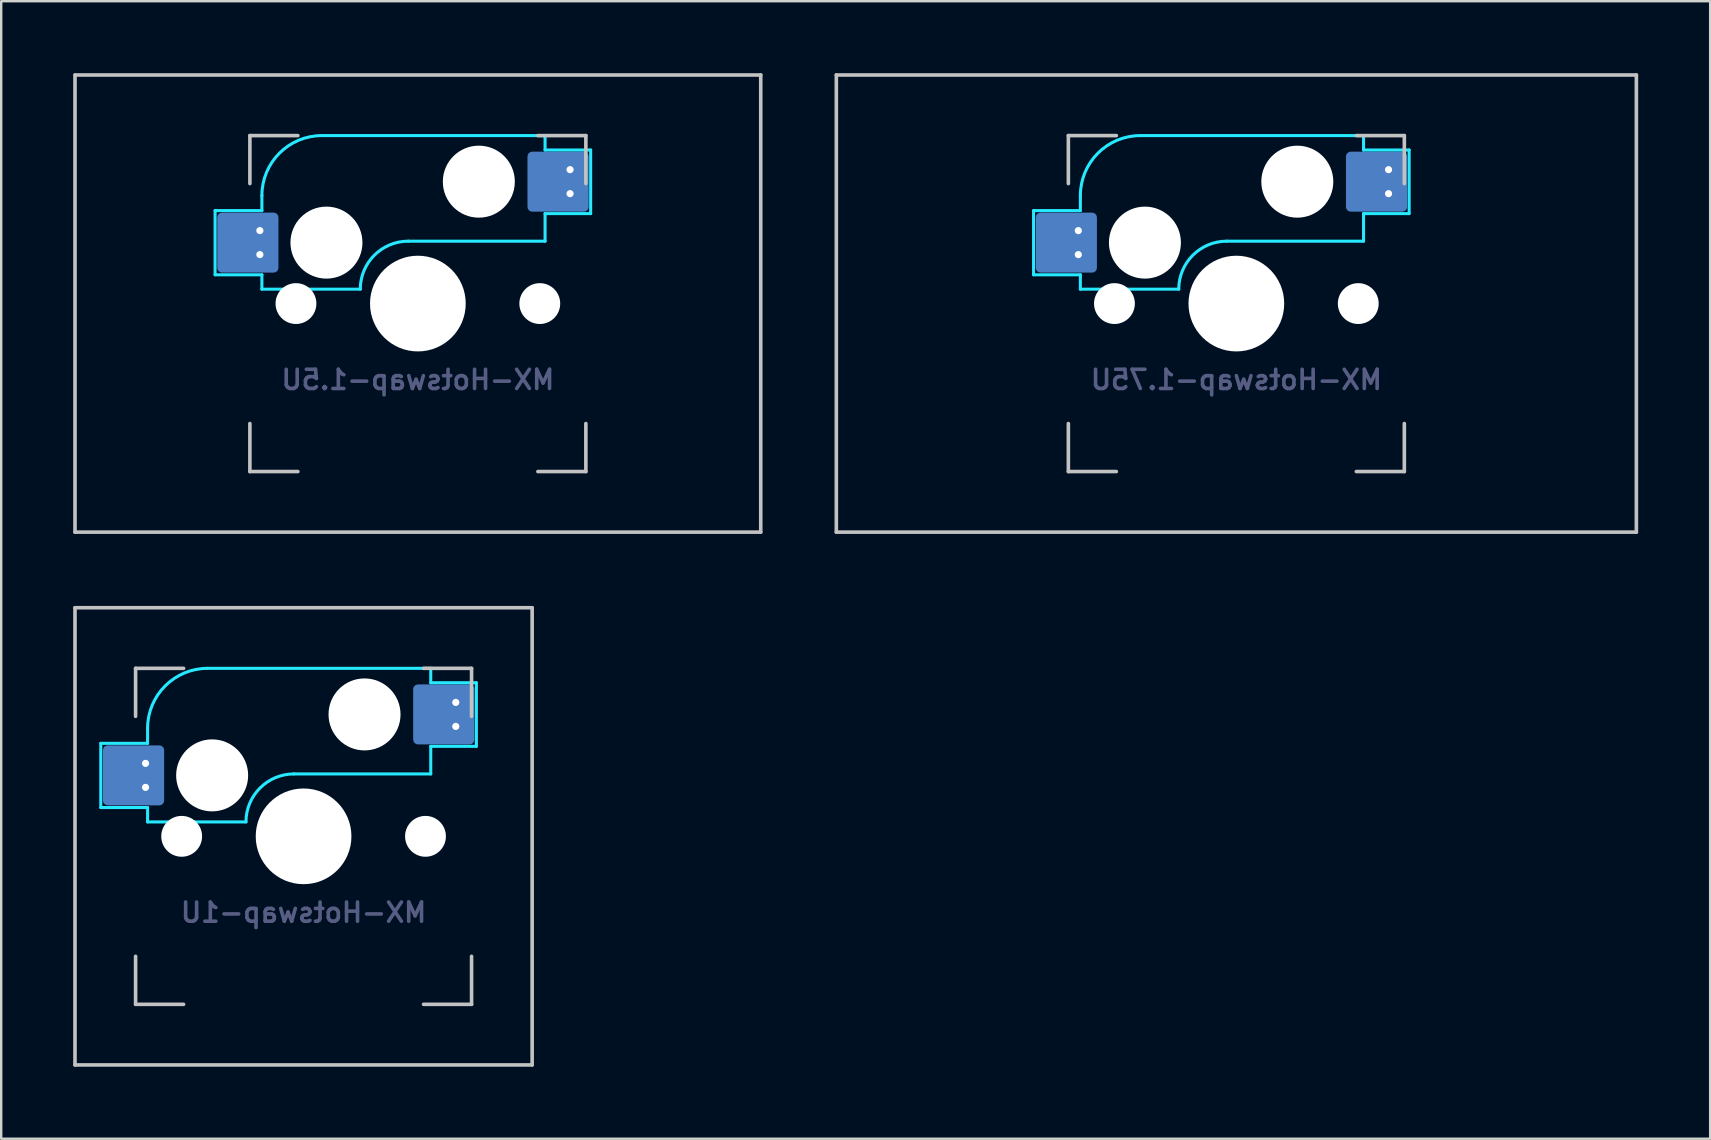
<source format=kicad_pcb>
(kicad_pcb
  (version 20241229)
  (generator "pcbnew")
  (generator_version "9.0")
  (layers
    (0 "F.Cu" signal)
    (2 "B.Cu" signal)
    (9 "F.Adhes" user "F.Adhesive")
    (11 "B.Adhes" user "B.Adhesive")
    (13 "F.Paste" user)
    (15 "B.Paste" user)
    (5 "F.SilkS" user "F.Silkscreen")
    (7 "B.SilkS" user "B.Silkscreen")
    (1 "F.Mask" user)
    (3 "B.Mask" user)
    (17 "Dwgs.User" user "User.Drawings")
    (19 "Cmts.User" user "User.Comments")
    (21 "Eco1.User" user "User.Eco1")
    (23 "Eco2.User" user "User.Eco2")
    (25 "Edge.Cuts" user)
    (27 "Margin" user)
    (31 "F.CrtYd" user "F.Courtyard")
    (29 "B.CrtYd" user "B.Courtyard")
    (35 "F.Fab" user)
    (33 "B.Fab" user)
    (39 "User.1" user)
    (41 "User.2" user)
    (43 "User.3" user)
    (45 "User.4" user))
  (footprint "MX-Hotswap-1U"
    (layer "F.Cu")
    (at 9.6 31.8)
    (property "Reference" "MX-Hotswap-1U" (at 0 3.175 0) (layer "B.Fab") (effects (font (size 0.8 0.8) (thickness 0.15)) (justify mirror)))
    (attr smd)
    (fp_line (start -9.525 9.525) (end -9.525 -9.525) (stroke (width 0.15) (type solid)) (layer "Dwgs.User"))
    (fp_line (start -7 -7) (end -7 -5) (stroke (width 0.15) (type solid)) (layer "Dwgs.User"))
    (fp_line (start -7 5) (end -7 7) (stroke (width 0.15) (type solid)) (layer "Dwgs.User"))
    (fp_line (start -7 7) (end -5 7) (stroke (width 0.15) (type solid)) (layer "Dwgs.User"))
    (fp_line (start -5 -7) (end -7 -7) (stroke (width 0.15) (type solid)) (layer "Dwgs.User"))
    (fp_line (start 5 -7) (end 7 -7) (stroke (width 0.15) (type solid)) (layer "Dwgs.User"))
    (fp_line (start 5 7) (end 7 7) (stroke (width 0.15) (type solid)) (layer "Dwgs.User"))
    (fp_line (start 7 -7) (end 7 -5) (stroke (width 0.15) (type solid)) (layer "Dwgs.User"))
    (fp_line (start 7 7) (end 7 5) (stroke (width 0.15) (type solid)) (layer "Dwgs.User"))
    (fp_line (start 9.525 -9.525) (end -9.525 -9.525) (stroke (width 0.15) (type solid)) (layer "Dwgs.User"))
    (fp_line (start 9.525 9.525) (end -9.525 9.525) (stroke (width 0.15) (type solid)) (layer "Dwgs.User"))
    (fp_line (start 9.525 9.525) (end 9.525 -9.525) (stroke (width 0.15) (type solid)) (layer "Dwgs.User"))
    (fp_line (start -8.45 -3.875) (end -8.45 -1.2) (stroke (width 0.127) (type solid)) (layer "B.CrtYd"))
    (fp_line (start -8.45 -1.2) (end -6.5 -1.2) (stroke (width 0.127) (type solid)) (layer "B.CrtYd"))
    (fp_line (start -6.5 -4.5) (end -6.5 -3.875) (stroke (width 0.127) (type solid)) (layer "B.CrtYd"))
    (fp_line (start -6.5 -3.875) (end -8.45 -3.875) (stroke (width 0.127) (type solid)) (layer "B.CrtYd"))
    (fp_line (start -6.5 -0.6) (end -6.5 -1.2) (stroke (width 0.127) (type solid)) (layer "B.CrtYd"))
    (fp_line (start -6.5 -0.6) (end -2.4 -0.6) (stroke (width 0.127) (type solid)) (layer "B.CrtYd"))
    (fp_line (start -0.4 -2.6) (end 5.3 -2.6) (stroke (width 0.127) (type solid)) (layer "B.CrtYd"))
    (fp_line (start 5.3 -7) (end -4 -7) (stroke (width 0.127) (type solid)) (layer "B.CrtYd"))
    (fp_line (start 5.3 -7) (end 5.3 -6.4) (stroke (width 0.127) (type solid)) (layer "B.CrtYd"))
    (fp_line (start 5.3 -6.4) (end 7.2 -6.4) (stroke (width 0.127) (type solid)) (layer "B.CrtYd"))
    (fp_line (start 5.3 -2.6) (end 5.3 -3.75) (stroke (width 0.127) (type solid)) (layer "B.CrtYd"))
    (fp_line (start 7.2 -6.4) (end 7.2 -3.75) (stroke (width 0.127) (type solid)) (layer "B.CrtYd"))
    (fp_line (start 7.2 -3.75) (end 5.3 -3.75) (stroke (width 0.127) (type solid)) (layer "B.CrtYd"))
    (fp_arc (start -6.5 -4.5) (mid -5.767767 -6.267767) (end -4 -7) (stroke (width 0.127) (type solid)) (layer "B.CrtYd"))
    (fp_arc (start -2.4 -0.6) (mid -1.814214 -2.014214) (end -0.4 -2.6) (stroke (width 0.127) (type solid)) (layer "B.CrtYd"))
    (pad "" np_thru_hole circle (at -5.08 0 48.099) (size 1.702 1.702) (drill 1.702) (layers "*.Cu" "*.Mask"))
    (pad "" np_thru_hole circle (at -3.81 -2.54) (size 3 3) (drill 3) (layers "*.Cu" "*.Mask"))
    (pad "" np_thru_hole circle (at 0 0) (size 3.988 3.988) (drill 3.988) (layers "*.Cu" "*.Mask"))
    (pad "" np_thru_hole circle (at 2.54 -5.08) (size 3 3) (drill 3) (layers "*.Cu" "*.Mask"))
    (pad "" np_thru_hole circle (at 5.08 0 48.099) (size 1.702 1.702) (drill 1.702) (layers "*.Cu" "*.Mask"))
    (pad "1" smd roundrect (at -7.085 -2.54) (size 2.55 2.5) (layers "B.Cu" "B.Mask" "B.Paste") (roundrect_rratio 0.08))
    (pad "1" thru_hole circle (at -6.585 -3.04) (size 0.6 0.6) (drill 0.3) (layers "*.Cu" "*.Mask"))
    (pad "1" thru_hole circle (at -6.585 -2.04) (size 0.6 0.6) (drill 0.3) (layers "*.Cu" "*.Mask"))
    (pad "2" smd roundrect (at 5.842 -5.08) (size 2.55 2.5) (layers "B.Cu" "B.Mask" "B.Paste") (roundrect_rratio 0.08))
    (pad "2" thru_hole circle (at 6.342 -5.58) (size 0.6 0.6) (drill 0.3) (layers "*.Cu" "*.Mask"))
    (pad "2" thru_hole circle (at 6.342 -4.58) (size 0.6 0.6) (drill 0.3) (layers "*.Cu" "*.Mask")))
  (footprint "MX-Hotswap-1.75U"
    (layer "F.Cu")
    (at 48.469 9.6)
    (property "Reference" "MX-Hotswap-1.75U" (at 0 3.175 0) (layer "B.Fab") (effects (font (size 0.8 0.8) (thickness 0.15)) (justify mirror)))
    (attr smd)
    (fp_line (start -16.669 9.525) (end -16.669 -9.525) (stroke (width 0.15) (type solid)) (layer "Dwgs.User"))
    (fp_line (start -7 -7) (end -7 -5) (stroke (width 0.15) (type solid)) (layer "Dwgs.User"))
    (fp_line (start -7 5) (end -7 7) (stroke (width 0.15) (type solid)) (layer "Dwgs.User"))
    (fp_line (start -7 7) (end -5 7) (stroke (width 0.15) (type solid)) (layer "Dwgs.User"))
    (fp_line (start -5 -7) (end -7 -7) (stroke (width 0.15) (type solid)) (layer "Dwgs.User"))
    (fp_line (start 5 -7) (end 7 -7) (stroke (width 0.15) (type solid)) (layer "Dwgs.User"))
    (fp_line (start 5 7) (end 7 7) (stroke (width 0.15) (type solid)) (layer "Dwgs.User"))
    (fp_line (start 7 -7) (end 7 -5) (stroke (width 0.15) (type solid)) (layer "Dwgs.User"))
    (fp_line (start 7 7) (end 7 5) (stroke (width 0.15) (type solid)) (layer "Dwgs.User"))
    (fp_line (start 16.669 -9.525) (end -16.669 -9.525) (stroke (width 0.15) (type solid)) (layer "Dwgs.User"))
    (fp_line (start 16.669 9.525) (end -16.669 9.525) (stroke (width 0.15) (type solid)) (layer "Dwgs.User"))
    (fp_line (start 16.669 9.525) (end 16.669 -9.525) (stroke (width 0.15) (type solid)) (layer "Dwgs.User"))
    (fp_line (start -8.45 -3.875) (end -8.45 -1.2) (stroke (width 0.127) (type solid)) (layer "B.CrtYd"))
    (fp_line (start -8.45 -1.2) (end -6.5 -1.2) (stroke (width 0.127) (type solid)) (layer "B.CrtYd"))
    (fp_line (start -6.5 -4.5) (end -6.5 -3.875) (stroke (width 0.127) (type solid)) (layer "B.CrtYd"))
    (fp_line (start -6.5 -3.875) (end -8.45 -3.875) (stroke (width 0.127) (type solid)) (layer "B.CrtYd"))
    (fp_line (start -6.5 -0.6) (end -6.5 -1.2) (stroke (width 0.127) (type solid)) (layer "B.CrtYd"))
    (fp_line (start -6.5 -0.6) (end -2.4 -0.6) (stroke (width 0.127) (type solid)) (layer "B.CrtYd"))
    (fp_line (start -0.4 -2.6) (end 5.3 -2.6) (stroke (width 0.127) (type solid)) (layer "B.CrtYd"))
    (fp_line (start 5.3 -7) (end -4 -7) (stroke (width 0.127) (type solid)) (layer "B.CrtYd"))
    (fp_line (start 5.3 -7) (end 5.3 -6.4) (stroke (width 0.127) (type solid)) (layer "B.CrtYd"))
    (fp_line (start 5.3 -6.4) (end 7.2 -6.4) (stroke (width 0.127) (type solid)) (layer "B.CrtYd"))
    (fp_line (start 5.3 -2.6) (end 5.3 -3.75) (stroke (width 0.127) (type solid)) (layer "B.CrtYd"))
    (fp_line (start 7.2 -6.4) (end 7.2 -3.75) (stroke (width 0.127) (type solid)) (layer "B.CrtYd"))
    (fp_line (start 7.2 -3.75) (end 5.3 -3.75) (stroke (width 0.127) (type solid)) (layer "B.CrtYd"))
    (fp_arc (start -6.5 -4.5) (mid -5.767767 -6.267767) (end -4 -7) (stroke (width 0.127) (type solid)) (layer "B.CrtYd"))
    (fp_arc (start -2.4 -0.6) (mid -1.814214 -2.014214) (end -0.4 -2.6) (stroke (width 0.127) (type solid)) (layer "B.CrtYd"))
    (pad "" np_thru_hole circle (at -5.08 0 48.099) (size 1.702 1.702) (drill 1.702) (layers "*.Cu" "*.Mask"))
    (pad "" np_thru_hole circle (at -3.81 -2.54) (size 3 3) (drill 3) (layers "*.Cu" "*.Mask"))
    (pad "" np_thru_hole circle (at 0 0) (size 3.988 3.988) (drill 3.988) (layers "*.Cu" "*.Mask"))
    (pad "" np_thru_hole circle (at 2.54 -5.08) (size 3 3) (drill 3) (layers "*.Cu" "*.Mask"))
    (pad "" np_thru_hole circle (at 5.08 0 48.099) (size 1.702 1.702) (drill 1.702) (layers "*.Cu" "*.Mask"))
    (pad "1" smd roundrect (at -7.085 -2.54) (size 2.55 2.5) (layers "B.Cu" "B.Mask" "B.Paste") (roundrect_rratio 0.08))
    (pad "1" thru_hole circle (at -6.585 -3.04) (size 0.6 0.6) (drill 0.3) (layers "*.Cu" "*.Mask"))
    (pad "1" thru_hole circle (at -6.585 -2.04) (size 0.6 0.6) (drill 0.3) (layers "*.Cu" "*.Mask"))
    (pad "2" smd roundrect (at 5.842 -5.08) (size 2.55 2.5) (layers "B.Cu" "B.Mask" "B.Paste") (roundrect_rratio 0.08))
    (pad "2" thru_hole circle (at 6.342 -5.58) (size 0.6 0.6) (drill 0.3) (layers "*.Cu" "*.Mask"))
    (pad "2" thru_hole circle (at 6.342 -4.58) (size 0.6 0.6) (drill 0.3) (layers "*.Cu" "*.Mask")))
  (footprint "MX-Hotswap-1.5U"
    (layer "F.Cu")
    (at 14.363 9.6)
    (property "Reference" "MX-Hotswap-1.5U" (at 0 3.175 0) (layer "B.Fab") (effects (font (size 0.8 0.8) (thickness 0.15)) (justify mirror)))
    (attr smd)
    (fp_line (start -14.287 9.525) (end -14.287 -9.525) (stroke (width 0.15) (type solid)) (layer "Dwgs.User"))
    (fp_line (start -7 -7) (end -7 -5) (stroke (width 0.15) (type solid)) (layer "Dwgs.User"))
    (fp_line (start -7 5) (end -7 7) (stroke (width 0.15) (type solid)) (layer "Dwgs.User"))
    (fp_line (start -7 7) (end -5 7) (stroke (width 0.15) (type solid)) (layer "Dwgs.User"))
    (fp_line (start -5 -7) (end -7 -7) (stroke (width 0.15) (type solid)) (layer "Dwgs.User"))
    (fp_line (start 5 -7) (end 7 -7) (stroke (width 0.15) (type solid)) (layer "Dwgs.User"))
    (fp_line (start 5 7) (end 7 7) (stroke (width 0.15) (type solid)) (layer "Dwgs.User"))
    (fp_line (start 7 -7) (end 7 -5) (stroke (width 0.15) (type solid)) (layer "Dwgs.User"))
    (fp_line (start 7 7) (end 7 5) (stroke (width 0.15) (type solid)) (layer "Dwgs.User"))
    (fp_line (start 14.287 -9.525) (end -14.287 -9.525) (stroke (width 0.15) (type solid)) (layer "Dwgs.User"))
    (fp_line (start 14.287 9.525) (end -14.287 9.525) (stroke (width 0.15) (type solid)) (layer "Dwgs.User"))
    (fp_line (start 14.287 9.525) (end 14.287 -9.525) (stroke (width 0.15) (type solid)) (layer "Dwgs.User"))
    (fp_line (start -8.45 -3.875) (end -8.45 -1.2) (stroke (width 0.127) (type solid)) (layer "B.CrtYd"))
    (fp_line (start -8.45 -1.2) (end -6.5 -1.2) (stroke (width 0.127) (type solid)) (layer "B.CrtYd"))
    (fp_line (start -6.5 -4.5) (end -6.5 -3.875) (stroke (width 0.127) (type solid)) (layer "B.CrtYd"))
    (fp_line (start -6.5 -3.875) (end -8.45 -3.875) (stroke (width 0.127) (type solid)) (layer "B.CrtYd"))
    (fp_line (start -6.5 -0.6) (end -6.5 -1.2) (stroke (width 0.127) (type solid)) (layer "B.CrtYd"))
    (fp_line (start -6.5 -0.6) (end -2.4 -0.6) (stroke (width 0.127) (type solid)) (layer "B.CrtYd"))
    (fp_line (start -0.4 -2.6) (end 5.3 -2.6) (stroke (width 0.127) (type solid)) (layer "B.CrtYd"))
    (fp_line (start 5.3 -7) (end -4 -7) (stroke (width 0.127) (type solid)) (layer "B.CrtYd"))
    (fp_line (start 5.3 -7) (end 5.3 -6.4) (stroke (width 0.127) (type solid)) (layer "B.CrtYd"))
    (fp_line (start 5.3 -6.4) (end 7.2 -6.4) (stroke (width 0.127) (type solid)) (layer "B.CrtYd"))
    (fp_line (start 5.3 -2.6) (end 5.3 -3.75) (stroke (width 0.127) (type solid)) (layer "B.CrtYd"))
    (fp_line (start 7.2 -6.4) (end 7.2 -3.75) (stroke (width 0.127) (type solid)) (layer "B.CrtYd"))
    (fp_line (start 7.2 -3.75) (end 5.3 -3.75) (stroke (width 0.127) (type solid)) (layer "B.CrtYd"))
    (fp_arc (start -6.5 -4.5) (mid -5.767767 -6.267767) (end -4 -7) (stroke (width 0.127) (type solid)) (layer "B.CrtYd"))
    (fp_arc (start -2.4 -0.6) (mid -1.814214 -2.014214) (end -0.4 -2.6) (stroke (width 0.127) (type solid)) (layer "B.CrtYd"))
    (pad "" np_thru_hole circle (at -5.08 0 48.099) (size 1.702 1.702) (drill 1.702) (layers "*.Cu" "*.Mask"))
    (pad "" np_thru_hole circle (at -3.81 -2.54) (size 3 3) (drill 3) (layers "*.Cu" "*.Mask"))
    (pad "" np_thru_hole circle (at 0 0) (size 3.988 3.988) (drill 3.988) (layers "*.Cu" "*.Mask"))
    (pad "" np_thru_hole circle (at 2.54 -5.08) (size 3 3) (drill 3) (layers "*.Cu" "*.Mask"))
    (pad "" np_thru_hole circle (at 5.08 0 48.099) (size 1.702 1.702) (drill 1.702) (layers "*.Cu" "*.Mask"))
    (pad "1" smd roundrect (at -7.085 -2.54) (size 2.55 2.5) (layers "B.Cu" "B.Mask" "B.Paste") (roundrect_rratio 0.08))
    (pad "1" thru_hole circle (at -6.585 -3.04) (size 0.6 0.6) (drill 0.3) (layers "*.Cu" "*.Mask"))
    (pad "1" thru_hole circle (at -6.585 -2.04) (size 0.6 0.6) (drill 0.3) (layers "*.Cu" "*.Mask"))
    (pad "2" smd roundrect (at 5.842 -5.08) (size 2.55 2.5) (layers "B.Cu" "B.Mask" "B.Paste") (roundrect_rratio 0.08))
    (pad "2" thru_hole circle (at 6.342 -5.58) (size 0.6 0.6) (drill 0.3) (layers "*.Cu" "*.Mask"))
    (pad "2" thru_hole circle (at 6.342 -4.58) (size 0.6 0.6) (drill 0.3) (layers "*.Cu" "*.Mask")))
  (gr_rect
    (start -3 -3)
    (end 68.213 44.4)
    (stroke (width 0.1) (type default))
    (fill no)
    (layer "Edge.Cuts")))
</source>
